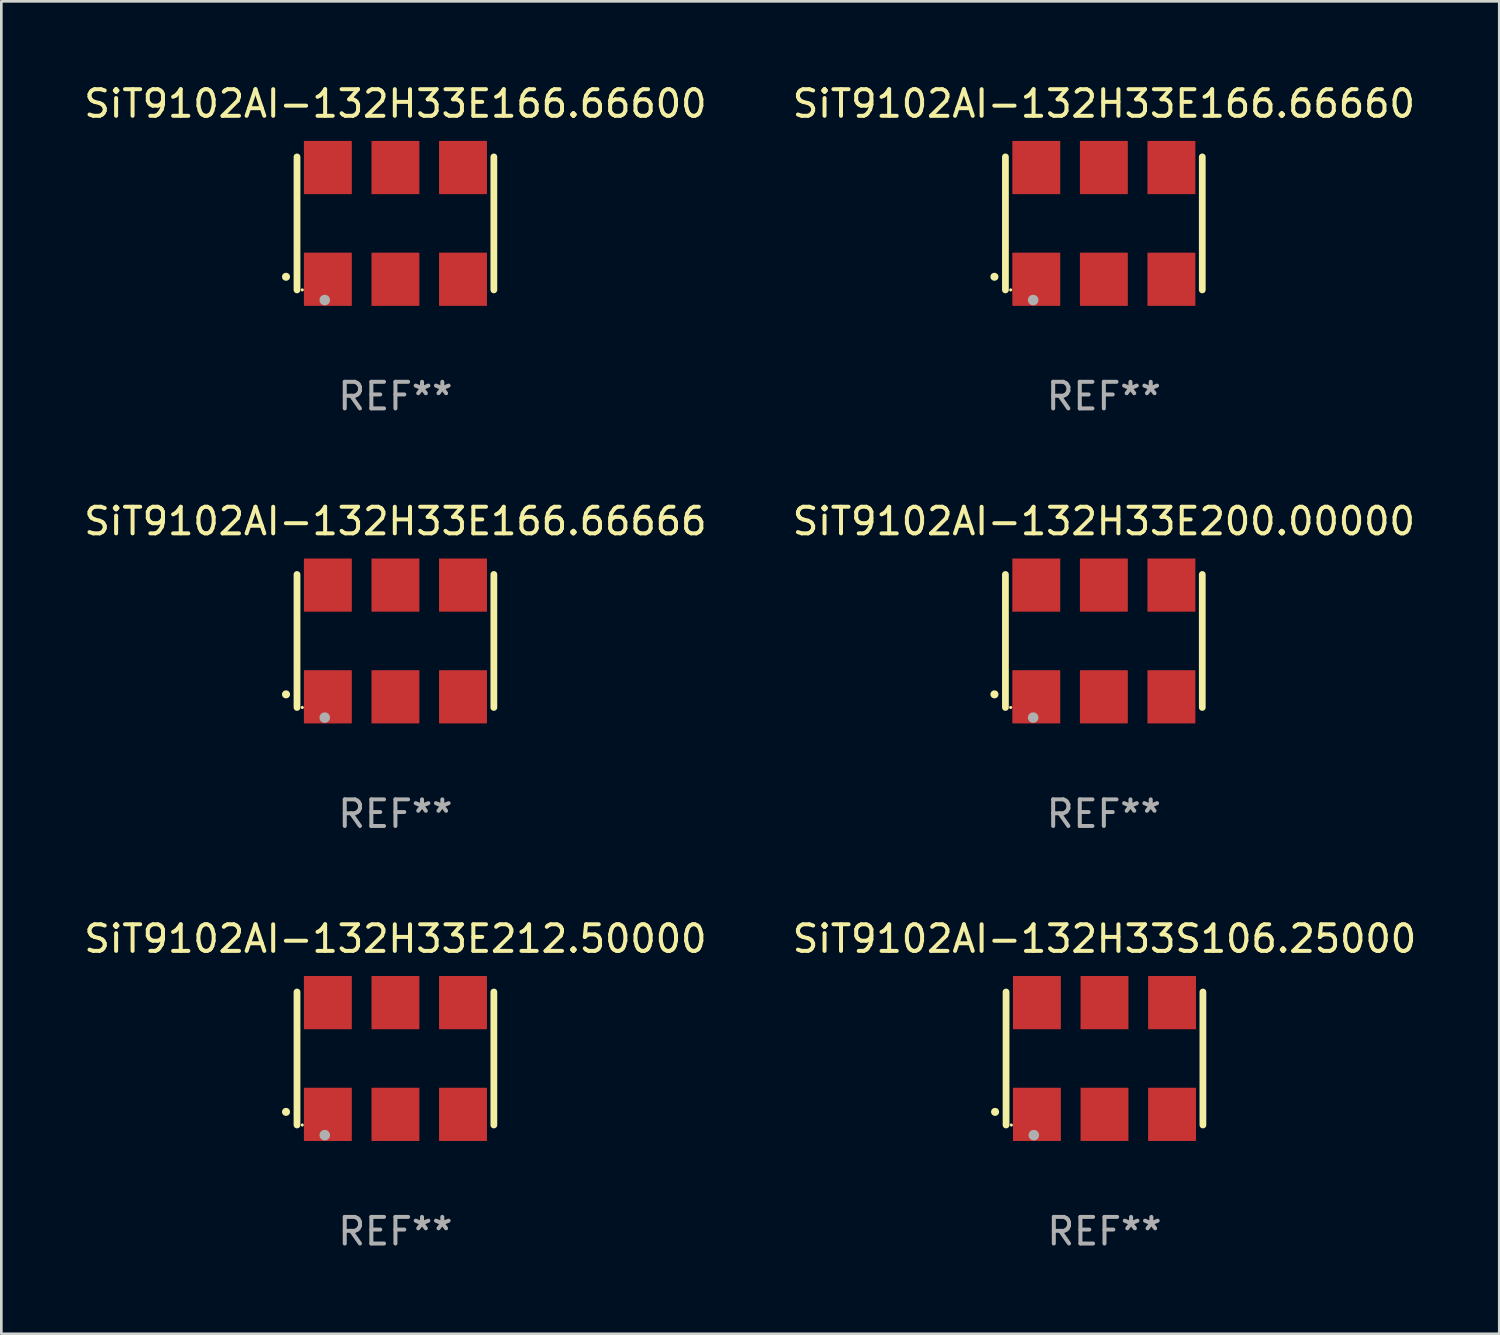
<source format=kicad_pcb>
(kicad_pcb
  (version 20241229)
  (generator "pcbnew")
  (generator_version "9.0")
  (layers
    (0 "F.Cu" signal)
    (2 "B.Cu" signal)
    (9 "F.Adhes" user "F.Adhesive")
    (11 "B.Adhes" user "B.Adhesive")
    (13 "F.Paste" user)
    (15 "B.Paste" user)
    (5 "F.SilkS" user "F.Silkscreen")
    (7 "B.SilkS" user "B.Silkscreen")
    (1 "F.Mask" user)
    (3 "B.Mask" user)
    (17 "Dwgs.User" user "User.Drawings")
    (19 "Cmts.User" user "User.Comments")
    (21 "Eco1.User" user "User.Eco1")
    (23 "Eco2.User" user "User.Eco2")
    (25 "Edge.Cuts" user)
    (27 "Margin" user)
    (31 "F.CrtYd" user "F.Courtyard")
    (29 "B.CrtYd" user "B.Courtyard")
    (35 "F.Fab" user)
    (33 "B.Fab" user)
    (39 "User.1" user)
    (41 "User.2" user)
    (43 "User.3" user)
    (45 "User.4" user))
  (footprint "SiT9102AI-132H33E166.66600"
    (layer "F.Cu")
    (at 11.815 5.348)
    (property "Reference" "SiT9102AI-132H33E166.66600" (at 0 -4.5 0) (layer "F.SilkS") (effects (font (size 1 1) (thickness 0.15))))
    (attr through_hole)
    (fp_line (start -3.7 -2.5) (end -3.7 2.5) (stroke (width 0.254) (type solid)) (layer "F.SilkS"))
    (fp_line (start 3.7 -2.5) (end 3.7 2.5) (stroke (width 0.254) (type solid)) (layer "F.SilkS"))
    (fp_arc (start -4.114415 2.006604) (mid -4.113145 2.006599) (end -4.111875 2.006604) (stroke (width 0.3) (type solid)) (layer "F.SilkS"))
    (fp_circle (center -3.502 2.5) (end -3.472 2.5) (stroke (width 0.06) (type solid)) (fill no) (layer "F.SilkS"))
    (fp_circle (center -2.657 2.882) (end -2.557 2.882) (stroke (width 0.2) (type solid)) (fill no) (layer "F.Fab"))
    (fp_text user "REF**" (at 0 6.5 0) (layer "F.Fab") (effects (font (size 1 1) (thickness 0.15))))
    (pad "1" smd rect (at -2.54 2.1) (size 1.8 2) (layers "F.Cu" "F.Mask" "F.Paste"))
    (pad "2" smd rect (at 0.000394 2.1) (size 1.8 2) (layers "F.Cu" "F.Mask" "F.Paste"))
    (pad "3" smd rect (at 2.54 2.1) (size 1.8 2) (layers "F.Cu" "F.Mask" "F.Paste"))
    (pad "4" smd rect (at 2.54 -2.1) (size 1.8 2) (layers "F.Cu" "F.Mask" "F.Paste"))
    (pad "5" smd rect (at 0.000394 -2.1) (size 1.8 2) (layers "F.Cu" "F.Mask" "F.Paste"))
    (pad "6" smd rect (at -2.54 -2.1) (size 1.8 2) (layers "F.Cu" "F.Mask" "F.Paste")))
  (footprint "SiT9102AI-132H33E200.00000"
    (layer "F.Cu")
    (at 38.446 21.045)
    (property "Reference" "SiT9102AI-132H33E200.00000" (at 0 -4.5 0) (layer "F.SilkS") (effects (font (size 1 1) (thickness 0.15))))
    (attr through_hole)
    (fp_line (start -3.7 -2.5) (end -3.7 2.5) (stroke (width 0.254) (type solid)) (layer "F.SilkS"))
    (fp_line (start 3.7 -2.5) (end 3.7 2.5) (stroke (width 0.254) (type solid)) (layer "F.SilkS"))
    (fp_arc (start -4.114415 2.006604) (mid -4.113145 2.006599) (end -4.111875 2.006604) (stroke (width 0.3) (type solid)) (layer "F.SilkS"))
    (fp_circle (center -3.502 2.5) (end -3.472 2.5) (stroke (width 0.06) (type solid)) (fill no) (layer "F.SilkS"))
    (fp_circle (center -2.657 2.882) (end -2.557 2.882) (stroke (width 0.2) (type solid)) (fill no) (layer "F.Fab"))
    (fp_text user "REF**" (at 0 6.5 0) (layer "F.Fab") (effects (font (size 1 1) (thickness 0.15))))
    (pad "1" smd rect (at -2.54 2.1) (size 1.8 2) (layers "F.Cu" "F.Mask" "F.Paste"))
    (pad "2" smd rect (at 0.000394 2.1) (size 1.8 2) (layers "F.Cu" "F.Mask" "F.Paste"))
    (pad "3" smd rect (at 2.54 2.1) (size 1.8 2) (layers "F.Cu" "F.Mask" "F.Paste"))
    (pad "4" smd rect (at 2.54 -2.1) (size 1.8 2) (layers "F.Cu" "F.Mask" "F.Paste"))
    (pad "5" smd rect (at 0.000394 -2.1) (size 1.8 2) (layers "F.Cu" "F.Mask" "F.Paste"))
    (pad "6" smd rect (at -2.54 -2.1) (size 1.8 2) (layers "F.Cu" "F.Mask" "F.Paste")))
  (footprint "SiT9102AI-132H33E166.66660"
    (layer "F.Cu")
    (at 38.446 5.348)
    (property "Reference" "SiT9102AI-132H33E166.66660" (at 0 -4.5 0) (layer "F.SilkS") (effects (font (size 1 1) (thickness 0.15))))
    (attr through_hole)
    (fp_line (start -3.7 -2.5) (end -3.7 2.5) (stroke (width 0.254) (type solid)) (layer "F.SilkS"))
    (fp_line (start 3.7 -2.5) (end 3.7 2.5) (stroke (width 0.254) (type solid)) (layer "F.SilkS"))
    (fp_arc (start -4.114415 2.006604) (mid -4.113145 2.006599) (end -4.111875 2.006604) (stroke (width 0.3) (type solid)) (layer "F.SilkS"))
    (fp_circle (center -3.502 2.5) (end -3.472 2.5) (stroke (width 0.06) (type solid)) (fill no) (layer "F.SilkS"))
    (fp_circle (center -2.657 2.882) (end -2.557 2.882) (stroke (width 0.2) (type solid)) (fill no) (layer "F.Fab"))
    (fp_text user "REF**" (at 0 6.5 0) (layer "F.Fab") (effects (font (size 1 1) (thickness 0.15))))
    (pad "1" smd rect (at -2.54 2.1) (size 1.8 2) (layers "F.Cu" "F.Mask" "F.Paste"))
    (pad "2" smd rect (at 0.000394 2.1) (size 1.8 2) (layers "F.Cu" "F.Mask" "F.Paste"))
    (pad "3" smd rect (at 2.54 2.1) (size 1.8 2) (layers "F.Cu" "F.Mask" "F.Paste"))
    (pad "4" smd rect (at 2.54 -2.1) (size 1.8 2) (layers "F.Cu" "F.Mask" "F.Paste"))
    (pad "5" smd rect (at 0.000394 -2.1) (size 1.8 2) (layers "F.Cu" "F.Mask" "F.Paste"))
    (pad "6" smd rect (at -2.54 -2.1) (size 1.8 2) (layers "F.Cu" "F.Mask" "F.Paste")))
  (footprint "SiT9102AI-132H33E166.66666"
    (layer "F.Cu")
    (at 11.815 21.045)
    (property "Reference" "SiT9102AI-132H33E166.66666" (at 0 -4.5 0) (layer "F.SilkS") (effects (font (size 1 1) (thickness 0.15))))
    (attr through_hole)
    (fp_line (start -3.7 -2.5) (end -3.7 2.5) (stroke (width 0.254) (type solid)) (layer "F.SilkS"))
    (fp_line (start 3.7 -2.5) (end 3.7 2.5) (stroke (width 0.254) (type solid)) (layer "F.SilkS"))
    (fp_arc (start -4.114415 2.006604) (mid -4.113145 2.006599) (end -4.111875 2.006604) (stroke (width 0.3) (type solid)) (layer "F.SilkS"))
    (fp_circle (center -3.502 2.5) (end -3.472 2.5) (stroke (width 0.06) (type solid)) (fill no) (layer "F.SilkS"))
    (fp_circle (center -2.657 2.882) (end -2.557 2.882) (stroke (width 0.2) (type solid)) (fill no) (layer "F.Fab"))
    (fp_text user "REF**" (at 0 6.5 0) (layer "F.Fab") (effects (font (size 1 1) (thickness 0.15))))
    (pad "1" smd rect (at -2.54 2.1) (size 1.8 2) (layers "F.Cu" "F.Mask" "F.Paste"))
    (pad "2" smd rect (at 0.000394 2.1) (size 1.8 2) (layers "F.Cu" "F.Mask" "F.Paste"))
    (pad "3" smd rect (at 2.54 2.1) (size 1.8 2) (layers "F.Cu" "F.Mask" "F.Paste"))
    (pad "4" smd rect (at 2.54 -2.1) (size 1.8 2) (layers "F.Cu" "F.Mask" "F.Paste"))
    (pad "5" smd rect (at 0.000394 -2.1) (size 1.8 2) (layers "F.Cu" "F.Mask" "F.Paste"))
    (pad "6" smd rect (at -2.54 -2.1) (size 1.8 2) (layers "F.Cu" "F.Mask" "F.Paste")))
  (footprint "SiT9102AI-132H33S106.25000"
    (layer "F.Cu")
    (at 38.47 36.741)
    (property "Reference" "SiT9102AI-132H33S106.25000" (at 0 -4.5 0) (layer "F.SilkS") (effects (font (size 1 1) (thickness 0.15))))
    (attr through_hole)
    (fp_line (start -3.7 -2.5) (end -3.7 2.5) (stroke (width 0.254) (type solid)) (layer "F.SilkS"))
    (fp_line (start 3.7 -2.5) (end 3.7 2.5) (stroke (width 0.254) (type solid)) (layer "F.SilkS"))
    (fp_arc (start -4.114415 2.006604) (mid -4.113145 2.006599) (end -4.111875 2.006604) (stroke (width 0.3) (type solid)) (layer "F.SilkS"))
    (fp_circle (center -3.502 2.5) (end -3.472 2.5) (stroke (width 0.06) (type solid)) (fill no) (layer "F.SilkS"))
    (fp_circle (center -2.657 2.882) (end -2.557 2.882) (stroke (width 0.2) (type solid)) (fill no) (layer "F.Fab"))
    (fp_text user "REF**" (at 0 6.5 0) (layer "F.Fab") (effects (font (size 1 1) (thickness 0.15))))
    (pad "1" smd rect (at -2.54 2.1) (size 1.8 2) (layers "F.Cu" "F.Mask" "F.Paste"))
    (pad "2" smd rect (at 0.000394 2.1) (size 1.8 2) (layers "F.Cu" "F.Mask" "F.Paste"))
    (pad "3" smd rect (at 2.54 2.1) (size 1.8 2) (layers "F.Cu" "F.Mask" "F.Paste"))
    (pad "4" smd rect (at 2.54 -2.1) (size 1.8 2) (layers "F.Cu" "F.Mask" "F.Paste"))
    (pad "5" smd rect (at 0.000394 -2.1) (size 1.8 2) (layers "F.Cu" "F.Mask" "F.Paste"))
    (pad "6" smd rect (at -2.54 -2.1) (size 1.8 2) (layers "F.Cu" "F.Mask" "F.Paste")))
  (footprint "SiT9102AI-132H33E212.50000"
    (layer "F.Cu")
    (at 11.815 36.741)
    (property "Reference" "SiT9102AI-132H33E212.50000" (at 0 -4.5 0) (layer "F.SilkS") (effects (font (size 1 1) (thickness 0.15))))
    (attr through_hole)
    (fp_line (start -3.7 -2.5) (end -3.7 2.5) (stroke (width 0.254) (type solid)) (layer "F.SilkS"))
    (fp_line (start 3.7 -2.5) (end 3.7 2.5) (stroke (width 0.254) (type solid)) (layer "F.SilkS"))
    (fp_arc (start -4.114415 2.006604) (mid -4.113145 2.006599) (end -4.111875 2.006604) (stroke (width 0.3) (type solid)) (layer "F.SilkS"))
    (fp_circle (center -3.502 2.5) (end -3.472 2.5) (stroke (width 0.06) (type solid)) (fill no) (layer "F.SilkS"))
    (fp_circle (center -2.657 2.882) (end -2.557 2.882) (stroke (width 0.2) (type solid)) (fill no) (layer "F.Fab"))
    (fp_text user "REF**" (at 0 6.5 0) (layer "F.Fab") (effects (font (size 1 1) (thickness 0.15))))
    (pad "1" smd rect (at -2.54 2.1) (size 1.8 2) (layers "F.Cu" "F.Mask" "F.Paste"))
    (pad "2" smd rect (at 0.000394 2.1) (size 1.8 2) (layers "F.Cu" "F.Mask" "F.Paste"))
    (pad "3" smd rect (at 2.54 2.1) (size 1.8 2) (layers "F.Cu" "F.Mask" "F.Paste"))
    (pad "4" smd rect (at 2.54 -2.1) (size 1.8 2) (layers "F.Cu" "F.Mask" "F.Paste"))
    (pad "5" smd rect (at 0.000394 -2.1) (size 1.8 2) (layers "F.Cu" "F.Mask" "F.Paste"))
    (pad "6" smd rect (at -2.54 -2.1) (size 1.8 2) (layers "F.Cu" "F.Mask" "F.Paste")))
  (gr_rect
    (start -3 -3)
    (end 53.31 47.09)
    (stroke (width 0.1) (type default))
    (fill no)
    (layer "Edge.Cuts")))
</source>
